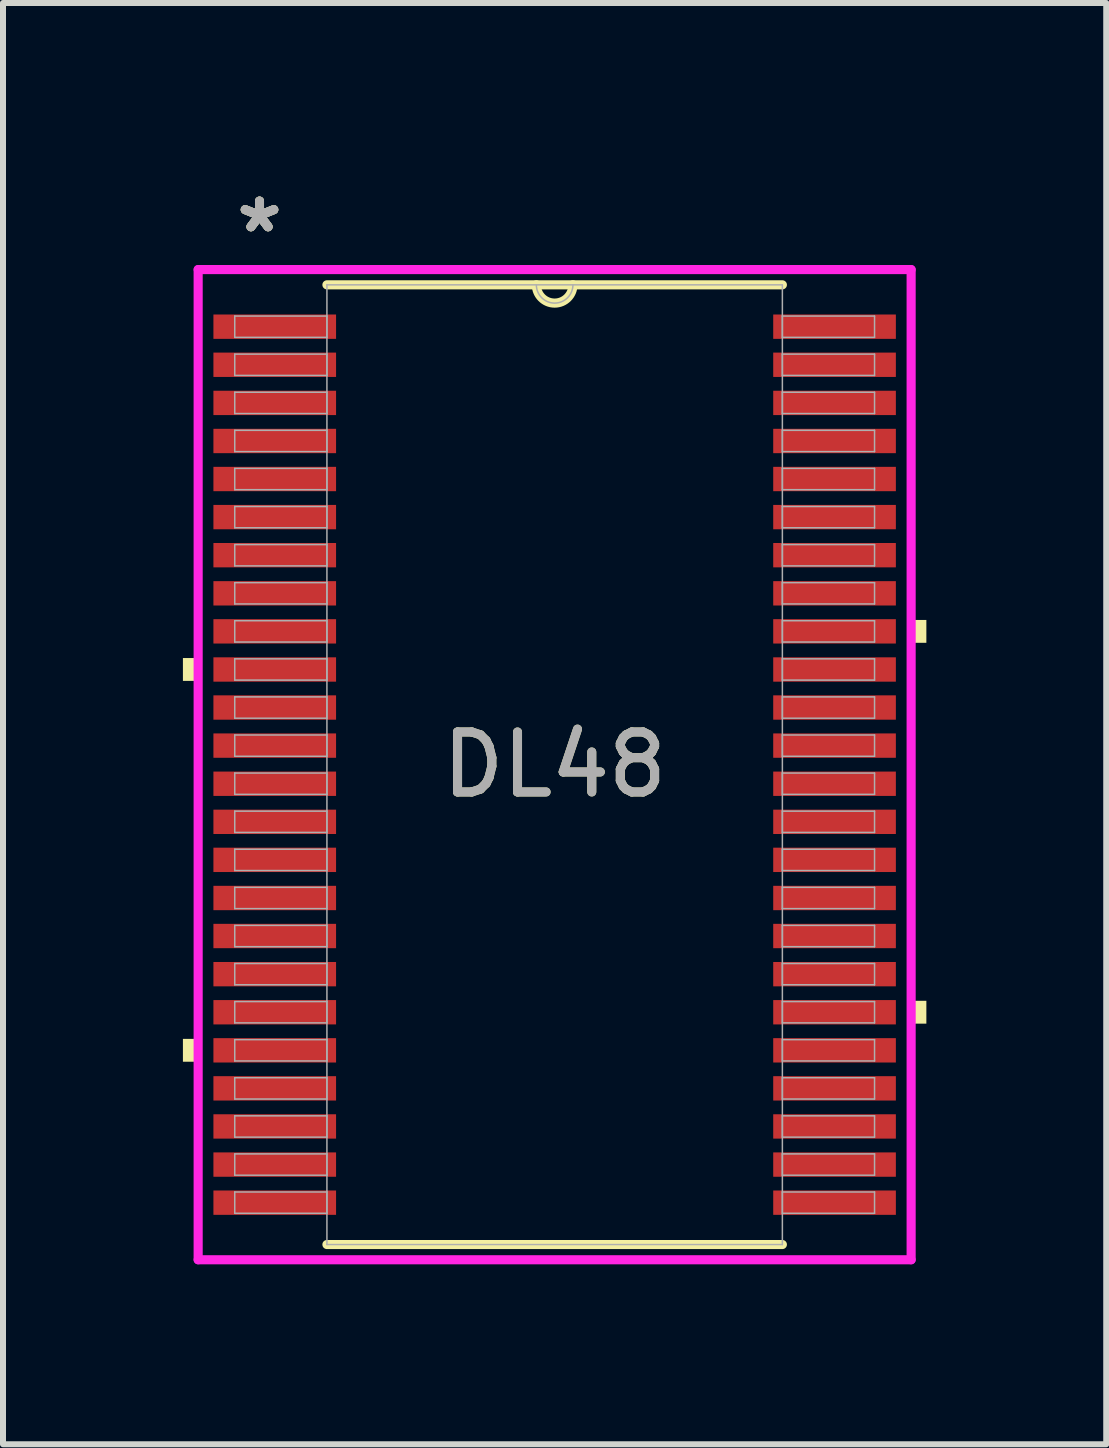
<source format=kicad_pcb>
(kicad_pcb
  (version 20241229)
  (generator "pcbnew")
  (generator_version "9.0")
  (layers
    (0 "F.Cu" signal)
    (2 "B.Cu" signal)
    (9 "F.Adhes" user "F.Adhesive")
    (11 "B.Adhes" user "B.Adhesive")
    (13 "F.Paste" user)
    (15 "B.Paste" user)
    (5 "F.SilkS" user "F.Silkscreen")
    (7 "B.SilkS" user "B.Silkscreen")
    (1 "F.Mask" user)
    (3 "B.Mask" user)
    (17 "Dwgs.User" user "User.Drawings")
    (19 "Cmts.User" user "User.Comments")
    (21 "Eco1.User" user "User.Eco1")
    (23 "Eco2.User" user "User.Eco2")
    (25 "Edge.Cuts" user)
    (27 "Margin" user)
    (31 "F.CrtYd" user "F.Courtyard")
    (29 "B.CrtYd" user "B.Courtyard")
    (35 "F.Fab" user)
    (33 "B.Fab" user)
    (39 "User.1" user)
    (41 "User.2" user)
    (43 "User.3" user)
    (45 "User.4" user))
  (footprint "DL48"
    (layer "F.Cu")
    (at 6.198 9.7)
    (property "Reference" "DL48" (at 0 0 0) (unlocked yes) (layer "F.SilkS") (effects (font (size 1 1) (thickness 0.15))))
    (attr smd)
    (fp_line (start -3.797 8.001) (end 3.797 8.001) (stroke (width 0.152) (type solid)) (layer "F.SilkS"))
    (fp_line (start 3.797 -8.001) (end -3.797 -8.001) (stroke (width 0.152) (type solid)) (layer "F.SilkS"))
    (fp_arc (start 0.3048 -8.001) (mid 0 -7.6962) (end -0.3048 -8.001) (stroke (width 0.1524) (type solid)) (layer "F.SilkS"))
    (fp_poly (pts (xy -6.198 -1.778) (xy -6.198 -1.397) (xy -5.944 -1.397) (xy -5.944 -1.778)) (stroke (width 0) (type solid)) (fill yes) (layer "F.SilkS"))
    (fp_poly (pts (xy -6.198 4.572) (xy -6.198 4.953) (xy -5.944 4.953) (xy -5.944 4.572)) (stroke (width 0) (type solid)) (fill yes) (layer "F.SilkS"))
    (fp_poly (pts (xy 6.198 -2.413) (xy 6.198 -2.032) (xy 5.944 -2.032) (xy 5.944 -2.413)) (stroke (width 0) (type solid)) (fill yes) (layer "F.SilkS"))
    (fp_poly (pts (xy 6.198 3.937) (xy 6.198 4.318) (xy 5.944 4.318) (xy 5.944 3.937)) (stroke (width 0) (type solid)) (fill yes) (layer "F.SilkS"))
    (fp_line (start -5.944 -8.255) (end 5.944 -8.255) (stroke (width 0.152) (type solid)) (layer "F.CrtYd"))
    (fp_line (start -5.944 8.255) (end -5.944 -8.255) (stroke (width 0.152) (type solid)) (layer "F.CrtYd"))
    (fp_line (start 5.944 -8.255) (end 5.944 8.255) (stroke (width 0.152) (type solid)) (layer "F.CrtYd"))
    (fp_line (start 5.944 8.255) (end -5.944 8.255) (stroke (width 0.152) (type solid)) (layer "F.CrtYd"))
    (fp_line (start -5.334 -7.48) (end -5.334 -7.125) (stroke (width 0.025) (type solid)) (layer "F.Fab"))
    (fp_line (start -5.334 -7.125) (end -3.797 -7.125) (stroke (width 0.025) (type solid)) (layer "F.Fab"))
    (fp_line (start -5.334 -6.845) (end -5.334 -6.49) (stroke (width 0.025) (type solid)) (layer "F.Fab"))
    (fp_line (start -5.334 -6.49) (end -3.797 -6.49) (stroke (width 0.025) (type solid)) (layer "F.Fab"))
    (fp_line (start -5.334 -6.21) (end -5.334 -5.855) (stroke (width 0.025) (type solid)) (layer "F.Fab"))
    (fp_line (start -5.334 -5.855) (end -3.797 -5.855) (stroke (width 0.025) (type solid)) (layer "F.Fab"))
    (fp_line (start -5.334 -5.575) (end -5.334 -5.22) (stroke (width 0.025) (type solid)) (layer "F.Fab"))
    (fp_line (start -5.334 -5.22) (end -3.797 -5.22) (stroke (width 0.025) (type solid)) (layer "F.Fab"))
    (fp_line (start -5.334 -4.94) (end -5.334 -4.585) (stroke (width 0.025) (type solid)) (layer "F.Fab"))
    (fp_line (start -5.334 -4.585) (end -3.797 -4.585) (stroke (width 0.025) (type solid)) (layer "F.Fab"))
    (fp_line (start -5.334 -4.305) (end -5.334 -3.95) (stroke (width 0.025) (type solid)) (layer "F.Fab"))
    (fp_line (start -5.334 -3.95) (end -3.797 -3.95) (stroke (width 0.025) (type solid)) (layer "F.Fab"))
    (fp_line (start -5.334 -3.67) (end -5.334 -3.315) (stroke (width 0.025) (type solid)) (layer "F.Fab"))
    (fp_line (start -5.334 -3.315) (end -3.797 -3.315) (stroke (width 0.025) (type solid)) (layer "F.Fab"))
    (fp_line (start -5.334 -3.035) (end -5.334 -2.68) (stroke (width 0.025) (type solid)) (layer "F.Fab"))
    (fp_line (start -5.334 -2.68) (end -3.797 -2.68) (stroke (width 0.025) (type solid)) (layer "F.Fab"))
    (fp_line (start -5.334 -2.4) (end -5.334 -2.045) (stroke (width 0.025) (type solid)) (layer "F.Fab"))
    (fp_line (start -5.334 -2.045) (end -3.797 -2.045) (stroke (width 0.025) (type solid)) (layer "F.Fab"))
    (fp_line (start -5.334 -1.765) (end -5.334 -1.41) (stroke (width 0.025) (type solid)) (layer "F.Fab"))
    (fp_line (start -5.334 -1.41) (end -3.797 -1.41) (stroke (width 0.025) (type solid)) (layer "F.Fab"))
    (fp_line (start -5.334 -1.13) (end -5.334 -0.775) (stroke (width 0.025) (type solid)) (layer "F.Fab"))
    (fp_line (start -5.334 -0.775) (end -3.797 -0.775) (stroke (width 0.025) (type solid)) (layer "F.Fab"))
    (fp_line (start -5.334 -0.495) (end -5.334 -0.14) (stroke (width 0.025) (type solid)) (layer "F.Fab"))
    (fp_line (start -5.334 -0.14) (end -3.797 -0.14) (stroke (width 0.025) (type solid)) (layer "F.Fab"))
    (fp_line (start -5.334 0.14) (end -5.334 0.495) (stroke (width 0.025) (type solid)) (layer "F.Fab"))
    (fp_line (start -5.334 0.495) (end -3.797 0.495) (stroke (width 0.025) (type solid)) (layer "F.Fab"))
    (fp_line (start -5.334 0.775) (end -5.334 1.13) (stroke (width 0.025) (type solid)) (layer "F.Fab"))
    (fp_line (start -5.334 1.13) (end -3.797 1.13) (stroke (width 0.025) (type solid)) (layer "F.Fab"))
    (fp_line (start -5.334 1.41) (end -5.334 1.765) (stroke (width 0.025) (type solid)) (layer "F.Fab"))
    (fp_line (start -5.334 1.765) (end -3.797 1.765) (stroke (width 0.025) (type solid)) (layer "F.Fab"))
    (fp_line (start -5.334 2.045) (end -5.334 2.4) (stroke (width 0.025) (type solid)) (layer "F.Fab"))
    (fp_line (start -5.334 2.4) (end -3.797 2.4) (stroke (width 0.025) (type solid)) (layer "F.Fab"))
    (fp_line (start -5.334 2.68) (end -5.334 3.035) (stroke (width 0.025) (type solid)) (layer "F.Fab"))
    (fp_line (start -5.334 3.035) (end -3.797 3.035) (stroke (width 0.025) (type solid)) (layer "F.Fab"))
    (fp_line (start -5.334 3.315) (end -5.334 3.67) (stroke (width 0.025) (type solid)) (layer "F.Fab"))
    (fp_line (start -5.334 3.67) (end -3.797 3.67) (stroke (width 0.025) (type solid)) (layer "F.Fab"))
    (fp_line (start -5.334 3.95) (end -5.334 4.305) (stroke (width 0.025) (type solid)) (layer "F.Fab"))
    (fp_line (start -5.334 4.305) (end -3.797 4.305) (stroke (width 0.025) (type solid)) (layer "F.Fab"))
    (fp_line (start -5.334 4.585) (end -5.334 4.94) (stroke (width 0.025) (type solid)) (layer "F.Fab"))
    (fp_line (start -5.334 4.94) (end -3.797 4.94) (stroke (width 0.025) (type solid)) (layer "F.Fab"))
    (fp_line (start -5.334 5.22) (end -5.334 5.575) (stroke (width 0.025) (type solid)) (layer "F.Fab"))
    (fp_line (start -5.334 5.575) (end -3.797 5.575) (stroke (width 0.025) (type solid)) (layer "F.Fab"))
    (fp_line (start -5.334 5.855) (end -5.334 6.21) (stroke (width 0.025) (type solid)) (layer "F.Fab"))
    (fp_line (start -5.334 6.21) (end -3.797 6.21) (stroke (width 0.025) (type solid)) (layer "F.Fab"))
    (fp_line (start -5.334 6.49) (end -5.334 6.845) (stroke (width 0.025) (type solid)) (layer "F.Fab"))
    (fp_line (start -5.334 6.845) (end -3.797 6.845) (stroke (width 0.025) (type solid)) (layer "F.Fab"))
    (fp_line (start -5.334 7.125) (end -5.334 7.48) (stroke (width 0.025) (type solid)) (layer "F.Fab"))
    (fp_line (start -5.334 7.48) (end -3.797 7.48) (stroke (width 0.025) (type solid)) (layer "F.Fab"))
    (fp_line (start -3.797 -8.001) (end -3.797 8.001) (stroke (width 0.025) (type solid)) (layer "F.Fab"))
    (fp_line (start -3.797 -7.48) (end -5.334 -7.48) (stroke (width 0.025) (type solid)) (layer "F.Fab"))
    (fp_line (start -3.797 -7.125) (end -3.797 -7.48) (stroke (width 0.025) (type solid)) (layer "F.Fab"))
    (fp_line (start -3.797 -6.845) (end -5.334 -6.845) (stroke (width 0.025) (type solid)) (layer "F.Fab"))
    (fp_line (start -3.797 -6.49) (end -3.797 -6.845) (stroke (width 0.025) (type solid)) (layer "F.Fab"))
    (fp_line (start -3.797 -6.21) (end -5.334 -6.21) (stroke (width 0.025) (type solid)) (layer "F.Fab"))
    (fp_line (start -3.797 -5.855) (end -3.797 -6.21) (stroke (width 0.025) (type solid)) (layer "F.Fab"))
    (fp_line (start -3.797 -5.575) (end -5.334 -5.575) (stroke (width 0.025) (type solid)) (layer "F.Fab"))
    (fp_line (start -3.797 -5.22) (end -3.797 -5.575) (stroke (width 0.025) (type solid)) (layer "F.Fab"))
    (fp_line (start -3.797 -4.94) (end -5.334 -4.94) (stroke (width 0.025) (type solid)) (layer "F.Fab"))
    (fp_line (start -3.797 -4.585) (end -3.797 -4.94) (stroke (width 0.025) (type solid)) (layer "F.Fab"))
    (fp_line (start -3.797 -4.305) (end -5.334 -4.305) (stroke (width 0.025) (type solid)) (layer "F.Fab"))
    (fp_line (start -3.797 -3.95) (end -3.797 -4.305) (stroke (width 0.025) (type solid)) (layer "F.Fab"))
    (fp_line (start -3.797 -3.67) (end -5.334 -3.67) (stroke (width 0.025) (type solid)) (layer "F.Fab"))
    (fp_line (start -3.797 -3.315) (end -3.797 -3.67) (stroke (width 0.025) (type solid)) (layer "F.Fab"))
    (fp_line (start -3.797 -3.035) (end -5.334 -3.035) (stroke (width 0.025) (type solid)) (layer "F.Fab"))
    (fp_line (start -3.797 -2.68) (end -3.797 -3.035) (stroke (width 0.025) (type solid)) (layer "F.Fab"))
    (fp_line (start -3.797 -2.4) (end -5.334 -2.4) (stroke (width 0.025) (type solid)) (layer "F.Fab"))
    (fp_line (start -3.797 -2.045) (end -3.797 -2.4) (stroke (width 0.025) (type solid)) (layer "F.Fab"))
    (fp_line (start -3.797 -1.765) (end -5.334 -1.765) (stroke (width 0.025) (type solid)) (layer "F.Fab"))
    (fp_line (start -3.797 -1.41) (end -3.797 -1.765) (stroke (width 0.025) (type solid)) (layer "F.Fab"))
    (fp_line (start -3.797 -1.13) (end -5.334 -1.13) (stroke (width 0.025) (type solid)) (layer "F.Fab"))
    (fp_line (start -3.797 -0.775) (end -3.797 -1.13) (stroke (width 0.025) (type solid)) (layer "F.Fab"))
    (fp_line (start -3.797 -0.495) (end -5.334 -0.495) (stroke (width 0.025) (type solid)) (layer "F.Fab"))
    (fp_line (start -3.797 -0.14) (end -3.797 -0.495) (stroke (width 0.025) (type solid)) (layer "F.Fab"))
    (fp_line (start -3.797 0.14) (end -5.334 0.14) (stroke (width 0.025) (type solid)) (layer "F.Fab"))
    (fp_line (start -3.797 0.495) (end -3.797 0.14) (stroke (width 0.025) (type solid)) (layer "F.Fab"))
    (fp_line (start -3.797 0.775) (end -5.334 0.775) (stroke (width 0.025) (type solid)) (layer "F.Fab"))
    (fp_line (start -3.797 1.13) (end -3.797 0.775) (stroke (width 0.025) (type solid)) (layer "F.Fab"))
    (fp_line (start -3.797 1.41) (end -5.334 1.41) (stroke (width 0.025) (type solid)) (layer "F.Fab"))
    (fp_line (start -3.797 1.765) (end -3.797 1.41) (stroke (width 0.025) (type solid)) (layer "F.Fab"))
    (fp_line (start -3.797 2.045) (end -5.334 2.045) (stroke (width 0.025) (type solid)) (layer "F.Fab"))
    (fp_line (start -3.797 2.4) (end -3.797 2.045) (stroke (width 0.025) (type solid)) (layer "F.Fab"))
    (fp_line (start -3.797 2.68) (end -5.334 2.68) (stroke (width 0.025) (type solid)) (layer "F.Fab"))
    (fp_line (start -3.797 3.035) (end -3.797 2.68) (stroke (width 0.025) (type solid)) (layer "F.Fab"))
    (fp_line (start -3.797 3.315) (end -5.334 3.315) (stroke (width 0.025) (type solid)) (layer "F.Fab"))
    (fp_line (start -3.797 3.67) (end -3.797 3.315) (stroke (width 0.025) (type solid)) (layer "F.Fab"))
    (fp_line (start -3.797 3.95) (end -5.334 3.95) (stroke (width 0.025) (type solid)) (layer "F.Fab"))
    (fp_line (start -3.797 4.305) (end -3.797 3.95) (stroke (width 0.025) (type solid)) (layer "F.Fab"))
    (fp_line (start -3.797 4.585) (end -5.334 4.585) (stroke (width 0.025) (type solid)) (layer "F.Fab"))
    (fp_line (start -3.797 4.94) (end -3.797 4.585) (stroke (width 0.025) (type solid)) (layer "F.Fab"))
    (fp_line (start -3.797 5.22) (end -5.334 5.22) (stroke (width 0.025) (type solid)) (layer "F.Fab"))
    (fp_line (start -3.797 5.575) (end -3.797 5.22) (stroke (width 0.025) (type solid)) (layer "F.Fab"))
    (fp_line (start -3.797 5.855) (end -5.334 5.855) (stroke (width 0.025) (type solid)) (layer "F.Fab"))
    (fp_line (start -3.797 6.21) (end -3.797 5.855) (stroke (width 0.025) (type solid)) (layer "F.Fab"))
    (fp_line (start -3.797 6.49) (end -5.334 6.49) (stroke (width 0.025) (type solid)) (layer "F.Fab"))
    (fp_line (start -3.797 6.845) (end -3.797 6.49) (stroke (width 0.025) (type solid)) (layer "F.Fab"))
    (fp_line (start -3.797 7.125) (end -5.334 7.125) (stroke (width 0.025) (type solid)) (layer "F.Fab"))
    (fp_line (start -3.797 7.48) (end -3.797 7.125) (stroke (width 0.025) (type solid)) (layer "F.Fab"))
    (fp_line (start -3.797 8.001) (end 3.797 8.001) (stroke (width 0.025) (type solid)) (layer "F.Fab"))
    (fp_line (start 3.797 -8.001) (end -3.797 -8.001) (stroke (width 0.025) (type solid)) (layer "F.Fab"))
    (fp_line (start 3.797 -7.48) (end 3.797 -7.125) (stroke (width 0.025) (type solid)) (layer "F.Fab"))
    (fp_line (start 3.797 -7.125) (end 5.334 -7.125) (stroke (width 0.025) (type solid)) (layer "F.Fab"))
    (fp_line (start 3.797 -6.845) (end 3.797 -6.49) (stroke (width 0.025) (type solid)) (layer "F.Fab"))
    (fp_line (start 3.797 -6.49) (end 5.334 -6.49) (stroke (width 0.025) (type solid)) (layer "F.Fab"))
    (fp_line (start 3.797 -6.21) (end 3.797 -5.855) (stroke (width 0.025) (type solid)) (layer "F.Fab"))
    (fp_line (start 3.797 -5.855) (end 5.334 -5.855) (stroke (width 0.025) (type solid)) (layer "F.Fab"))
    (fp_line (start 3.797 -5.575) (end 3.797 -5.22) (stroke (width 0.025) (type solid)) (layer "F.Fab"))
    (fp_line (start 3.797 -5.22) (end 5.334 -5.22) (stroke (width 0.025) (type solid)) (layer "F.Fab"))
    (fp_line (start 3.797 -4.94) (end 3.797 -4.585) (stroke (width 0.025) (type solid)) (layer "F.Fab"))
    (fp_line (start 3.797 -4.585) (end 5.334 -4.585) (stroke (width 0.025) (type solid)) (layer "F.Fab"))
    (fp_line (start 3.797 -4.305) (end 3.797 -3.95) (stroke (width 0.025) (type solid)) (layer "F.Fab"))
    (fp_line (start 3.797 -3.95) (end 5.334 -3.95) (stroke (width 0.025) (type solid)) (layer "F.Fab"))
    (fp_line (start 3.797 -3.67) (end 3.797 -3.315) (stroke (width 0.025) (type solid)) (layer "F.Fab"))
    (fp_line (start 3.797 -3.315) (end 5.334 -3.315) (stroke (width 0.025) (type solid)) (layer "F.Fab"))
    (fp_line (start 3.797 -3.035) (end 3.797 -2.68) (stroke (width 0.025) (type solid)) (layer "F.Fab"))
    (fp_line (start 3.797 -2.68) (end 5.334 -2.68) (stroke (width 0.025) (type solid)) (layer "F.Fab"))
    (fp_line (start 3.797 -2.4) (end 3.797 -2.045) (stroke (width 0.025) (type solid)) (layer "F.Fab"))
    (fp_line (start 3.797 -2.045) (end 5.334 -2.045) (stroke (width 0.025) (type solid)) (layer "F.Fab"))
    (fp_line (start 3.797 -1.765) (end 3.797 -1.41) (stroke (width 0.025) (type solid)) (layer "F.Fab"))
    (fp_line (start 3.797 -1.41) (end 5.334 -1.41) (stroke (width 0.025) (type solid)) (layer "F.Fab"))
    (fp_line (start 3.797 -1.13) (end 3.797 -0.775) (stroke (width 0.025) (type solid)) (layer "F.Fab"))
    (fp_line (start 3.797 -0.775) (end 5.334 -0.775) (stroke (width 0.025) (type solid)) (layer "F.Fab"))
    (fp_line (start 3.797 -0.495) (end 3.797 -0.14) (stroke (width 0.025) (type solid)) (layer "F.Fab"))
    (fp_line (start 3.797 -0.14) (end 5.334 -0.14) (stroke (width 0.025) (type solid)) (layer "F.Fab"))
    (fp_line (start 3.797 0.14) (end 3.797 0.495) (stroke (width 0.025) (type solid)) (layer "F.Fab"))
    (fp_line (start 3.797 0.495) (end 5.334 0.495) (stroke (width 0.025) (type solid)) (layer "F.Fab"))
    (fp_line (start 3.797 0.775) (end 3.797 1.13) (stroke (width 0.025) (type solid)) (layer "F.Fab"))
    (fp_line (start 3.797 1.13) (end 5.334 1.13) (stroke (width 0.025) (type solid)) (layer "F.Fab"))
    (fp_line (start 3.797 1.41) (end 3.797 1.765) (stroke (width 0.025) (type solid)) (layer "F.Fab"))
    (fp_line (start 3.797 1.765) (end 5.334 1.765) (stroke (width 0.025) (type solid)) (layer "F.Fab"))
    (fp_line (start 3.797 2.045) (end 3.797 2.4) (stroke (width 0.025) (type solid)) (layer "F.Fab"))
    (fp_line (start 3.797 2.4) (end 5.334 2.4) (stroke (width 0.025) (type solid)) (layer "F.Fab"))
    (fp_line (start 3.797 2.68) (end 3.797 3.035) (stroke (width 0.025) (type solid)) (layer "F.Fab"))
    (fp_line (start 3.797 3.035) (end 5.334 3.035) (stroke (width 0.025) (type solid)) (layer "F.Fab"))
    (fp_line (start 3.797 3.315) (end 3.797 3.67) (stroke (width 0.025) (type solid)) (layer "F.Fab"))
    (fp_line (start 3.797 3.67) (end 5.334 3.67) (stroke (width 0.025) (type solid)) (layer "F.Fab"))
    (fp_line (start 3.797 3.95) (end 3.797 4.305) (stroke (width 0.025) (type solid)) (layer "F.Fab"))
    (fp_line (start 3.797 4.305) (end 5.334 4.305) (stroke (width 0.025) (type solid)) (layer "F.Fab"))
    (fp_line (start 3.797 4.585) (end 3.797 4.94) (stroke (width 0.025) (type solid)) (layer "F.Fab"))
    (fp_line (start 3.797 4.94) (end 5.334 4.94) (stroke (width 0.025) (type solid)) (layer "F.Fab"))
    (fp_line (start 3.797 5.22) (end 3.797 5.575) (stroke (width 0.025) (type solid)) (layer "F.Fab"))
    (fp_line (start 3.797 5.575) (end 5.334 5.575) (stroke (width 0.025) (type solid)) (layer "F.Fab"))
    (fp_line (start 3.797 5.855) (end 3.797 6.21) (stroke (width 0.025) (type solid)) (layer "F.Fab"))
    (fp_line (start 3.797 6.21) (end 5.334 6.21) (stroke (width 0.025) (type solid)) (layer "F.Fab"))
    (fp_line (start 3.797 6.49) (end 3.797 6.845) (stroke (width 0.025) (type solid)) (layer "F.Fab"))
    (fp_line (start 3.797 6.845) (end 5.334 6.845) (stroke (width 0.025) (type solid)) (layer "F.Fab"))
    (fp_line (start 3.797 7.125) (end 3.797 7.48) (stroke (width 0.025) (type solid)) (layer "F.Fab"))
    (fp_line (start 3.797 7.48) (end 5.334 7.48) (stroke (width 0.025) (type solid)) (layer "F.Fab"))
    (fp_line (start 3.797 8.001) (end 3.797 -8.001) (stroke (width 0.025) (type solid)) (layer "F.Fab"))
    (fp_line (start 5.334 -7.48) (end 3.797 -7.48) (stroke (width 0.025) (type solid)) (layer "F.Fab"))
    (fp_line (start 5.334 -7.125) (end 5.334 -7.48) (stroke (width 0.025) (type solid)) (layer "F.Fab"))
    (fp_line (start 5.334 -6.845) (end 3.797 -6.845) (stroke (width 0.025) (type solid)) (layer "F.Fab"))
    (fp_line (start 5.334 -6.49) (end 5.334 -6.845) (stroke (width 0.025) (type solid)) (layer "F.Fab"))
    (fp_line (start 5.334 -6.21) (end 3.797 -6.21) (stroke (width 0.025) (type solid)) (layer "F.Fab"))
    (fp_line (start 5.334 -5.855) (end 5.334 -6.21) (stroke (width 0.025) (type solid)) (layer "F.Fab"))
    (fp_line (start 5.334 -5.575) (end 3.797 -5.575) (stroke (width 0.025) (type solid)) (layer "F.Fab"))
    (fp_line (start 5.334 -5.22) (end 5.334 -5.575) (stroke (width 0.025) (type solid)) (layer "F.Fab"))
    (fp_line (start 5.334 -4.94) (end 3.797 -4.94) (stroke (width 0.025) (type solid)) (layer "F.Fab"))
    (fp_line (start 5.334 -4.585) (end 5.334 -4.94) (stroke (width 0.025) (type solid)) (layer "F.Fab"))
    (fp_line (start 5.334 -4.305) (end 3.797 -4.305) (stroke (width 0.025) (type solid)) (layer "F.Fab"))
    (fp_line (start 5.334 -3.95) (end 5.334 -4.305) (stroke (width 0.025) (type solid)) (layer "F.Fab"))
    (fp_line (start 5.334 -3.67) (end 3.797 -3.67) (stroke (width 0.025) (type solid)) (layer "F.Fab"))
    (fp_line (start 5.334 -3.315) (end 5.334 -3.67) (stroke (width 0.025) (type solid)) (layer "F.Fab"))
    (fp_line (start 5.334 -3.035) (end 3.797 -3.035) (stroke (width 0.025) (type solid)) (layer "F.Fab"))
    (fp_line (start 5.334 -2.68) (end 5.334 -3.035) (stroke (width 0.025) (type solid)) (layer "F.Fab"))
    (fp_line (start 5.334 -2.4) (end 3.797 -2.4) (stroke (width 0.025) (type solid)) (layer "F.Fab"))
    (fp_line (start 5.334 -2.045) (end 5.334 -2.4) (stroke (width 0.025) (type solid)) (layer "F.Fab"))
    (fp_line (start 5.334 -1.765) (end 3.797 -1.765) (stroke (width 0.025) (type solid)) (layer "F.Fab"))
    (fp_line (start 5.334 -1.41) (end 5.334 -1.765) (stroke (width 0.025) (type solid)) (layer "F.Fab"))
    (fp_line (start 5.334 -1.13) (end 3.797 -1.13) (stroke (width 0.025) (type solid)) (layer "F.Fab"))
    (fp_line (start 5.334 -0.775) (end 5.334 -1.13) (stroke (width 0.025) (type solid)) (layer "F.Fab"))
    (fp_line (start 5.334 -0.495) (end 3.797 -0.495) (stroke (width 0.025) (type solid)) (layer "F.Fab"))
    (fp_line (start 5.334 -0.14) (end 5.334 -0.495) (stroke (width 0.025) (type solid)) (layer "F.Fab"))
    (fp_line (start 5.334 0.14) (end 3.797 0.14) (stroke (width 0.025) (type solid)) (layer "F.Fab"))
    (fp_line (start 5.334 0.495) (end 5.334 0.14) (stroke (width 0.025) (type solid)) (layer "F.Fab"))
    (fp_line (start 5.334 0.775) (end 3.797 0.775) (stroke (width 0.025) (type solid)) (layer "F.Fab"))
    (fp_line (start 5.334 1.13) (end 5.334 0.775) (stroke (width 0.025) (type solid)) (layer "F.Fab"))
    (fp_line (start 5.334 1.41) (end 3.797 1.41) (stroke (width 0.025) (type solid)) (layer "F.Fab"))
    (fp_line (start 5.334 1.765) (end 5.334 1.41) (stroke (width 0.025) (type solid)) (layer "F.Fab"))
    (fp_line (start 5.334 2.045) (end 3.797 2.045) (stroke (width 0.025) (type solid)) (layer "F.Fab"))
    (fp_line (start 5.334 2.4) (end 5.334 2.045) (stroke (width 0.025) (type solid)) (layer "F.Fab"))
    (fp_line (start 5.334 2.68) (end 3.797 2.68) (stroke (width 0.025) (type solid)) (layer "F.Fab"))
    (fp_line (start 5.334 3.035) (end 5.334 2.68) (stroke (width 0.025) (type solid)) (layer "F.Fab"))
    (fp_line (start 5.334 3.315) (end 3.797 3.315) (stroke (width 0.025) (type solid)) (layer "F.Fab"))
    (fp_line (start 5.334 3.67) (end 5.334 3.315) (stroke (width 0.025) (type solid)) (layer "F.Fab"))
    (fp_line (start 5.334 3.95) (end 3.797 3.95) (stroke (width 0.025) (type solid)) (layer "F.Fab"))
    (fp_line (start 5.334 4.305) (end 5.334 3.95) (stroke (width 0.025) (type solid)) (layer "F.Fab"))
    (fp_line (start 5.334 4.585) (end 3.797 4.585) (stroke (width 0.025) (type solid)) (layer "F.Fab"))
    (fp_line (start 5.334 4.94) (end 5.334 4.585) (stroke (width 0.025) (type solid)) (layer "F.Fab"))
    (fp_line (start 5.334 5.22) (end 3.797 5.22) (stroke (width 0.025) (type solid)) (layer "F.Fab"))
    (fp_line (start 5.334 5.575) (end 5.334 5.22) (stroke (width 0.025) (type solid)) (layer "F.Fab"))
    (fp_line (start 5.334 5.855) (end 3.797 5.855) (stroke (width 0.025) (type solid)) (layer "F.Fab"))
    (fp_line (start 5.334 6.21) (end 5.334 5.855) (stroke (width 0.025) (type solid)) (layer "F.Fab"))
    (fp_line (start 5.334 6.49) (end 3.797 6.49) (stroke (width 0.025) (type solid)) (layer "F.Fab"))
    (fp_line (start 5.334 6.845) (end 5.334 6.49) (stroke (width 0.025) (type solid)) (layer "F.Fab"))
    (fp_line (start 5.334 7.125) (end 3.797 7.125) (stroke (width 0.025) (type solid)) (layer "F.Fab"))
    (fp_line (start 5.334 7.48) (end 5.334 7.125) (stroke (width 0.025) (type solid)) (layer "F.Fab"))
    (fp_arc (start 0.3048 -8.001) (mid 0 -7.6962) (end -0.3048 -8.001) (stroke (width 0.0254) (type solid)) (layer "F.Fab"))
    (fp_text user "*" (at -4.921 -8.852 0) (unlocked yes) (layer "F.SilkS") (effects (font (size 1 1) (thickness 0.15))))
    (fp_text user "*" (at -4.921 -8.852 0) (layer "F.SilkS") (effects (font (size 1 1) (thickness 0.15))))
    (fp_text user "${REFERENCE}" (at 0 0 0) (unlocked yes) (layer "F.Fab") (effects (font (size 1 1) (thickness 0.15))))
    (fp_text user "*" (at -4.921 -8.852 0) (layer "F.Fab") (effects (font (size 1 1) (thickness 0.15))))
    (fp_text user "*" (at -4.921 -8.852 0) (unlocked yes) (layer "F.Fab") (effects (font (size 1 1) (thickness 0.15))))
    (pad "1" smd rect (at -4.667 -7.303) (size 2.045 0.406) (layers "F.Cu" "F.Mask" "F.Paste"))
    (pad "2" smd rect (at -4.667 -6.668) (size 2.045 0.406) (layers "F.Cu" "F.Mask" "F.Paste"))
    (pad "3" smd rect (at -4.667 -6.032) (size 2.045 0.406) (layers "F.Cu" "F.Mask" "F.Paste"))
    (pad "4" smd rect (at -4.667 -5.397) (size 2.045 0.406) (layers "F.Cu" "F.Mask" "F.Paste"))
    (pad "5" smd rect (at -4.667 -4.763) (size 2.045 0.406) (layers "F.Cu" "F.Mask" "F.Paste"))
    (pad "6" smd rect (at -4.667 -4.128) (size 2.045 0.406) (layers "F.Cu" "F.Mask" "F.Paste"))
    (pad "7" smd rect (at -4.667 -3.493) (size 2.045 0.406) (layers "F.Cu" "F.Mask" "F.Paste"))
    (pad "8" smd rect (at -4.667 -2.857) (size 2.045 0.406) (layers "F.Cu" "F.Mask" "F.Paste"))
    (pad "9" smd rect (at -4.667 -2.223) (size 2.045 0.406) (layers "F.Cu" "F.Mask" "F.Paste"))
    (pad "10" smd rect (at -4.667 -1.587) (size 2.045 0.406) (layers "F.Cu" "F.Mask" "F.Paste"))
    (pad "11" smd rect (at -4.667 -0.953) (size 2.045 0.406) (layers "F.Cu" "F.Mask" "F.Paste"))
    (pad "12" smd rect (at -4.667 -0.318) (size 2.045 0.406) (layers "F.Cu" "F.Mask" "F.Paste"))
    (pad "13" smd rect (at -4.667 0.318) (size 2.045 0.406) (layers "F.Cu" "F.Mask" "F.Paste"))
    (pad "14" smd rect (at -4.667 0.953) (size 2.045 0.406) (layers "F.Cu" "F.Mask" "F.Paste"))
    (pad "15" smd rect (at -4.667 1.587) (size 2.045 0.406) (layers "F.Cu" "F.Mask" "F.Paste"))
    (pad "16" smd rect (at -4.667 2.223) (size 2.045 0.406) (layers "F.Cu" "F.Mask" "F.Paste"))
    (pad "17" smd rect (at -4.667 2.857) (size 2.045 0.406) (layers "F.Cu" "F.Mask" "F.Paste"))
    (pad "18" smd rect (at -4.667 3.493) (size 2.045 0.406) (layers "F.Cu" "F.Mask" "F.Paste"))
    (pad "19" smd rect (at -4.667 4.128) (size 2.045 0.406) (layers "F.Cu" "F.Mask" "F.Paste"))
    (pad "20" smd rect (at -4.667 4.763) (size 2.045 0.406) (layers "F.Cu" "F.Mask" "F.Paste"))
    (pad "21" smd rect (at -4.667 5.397) (size 2.045 0.406) (layers "F.Cu" "F.Mask" "F.Paste"))
    (pad "22" smd rect (at -4.667 6.032) (size 2.045 0.406) (layers "F.Cu" "F.Mask" "F.Paste"))
    (pad "23" smd rect (at -4.667 6.668) (size 2.045 0.406) (layers "F.Cu" "F.Mask" "F.Paste"))
    (pad "24" smd rect (at -4.667 7.303) (size 2.045 0.406) (layers "F.Cu" "F.Mask" "F.Paste"))
    (pad "25" smd rect (at 4.667 7.303) (size 2.045 0.406) (layers "F.Cu" "F.Mask" "F.Paste"))
    (pad "26" smd rect (at 4.667 6.668) (size 2.045 0.406) (layers "F.Cu" "F.Mask" "F.Paste"))
    (pad "27" smd rect (at 4.667 6.032) (size 2.045 0.406) (layers "F.Cu" "F.Mask" "F.Paste"))
    (pad "28" smd rect (at 4.667 5.397) (size 2.045 0.406) (layers "F.Cu" "F.Mask" "F.Paste"))
    (pad "29" smd rect (at 4.667 4.763) (size 2.045 0.406) (layers "F.Cu" "F.Mask" "F.Paste"))
    (pad "30" smd rect (at 4.667 4.128) (size 2.045 0.406) (layers "F.Cu" "F.Mask" "F.Paste"))
    (pad "31" smd rect (at 4.667 3.493) (size 2.045 0.406) (layers "F.Cu" "F.Mask" "F.Paste"))
    (pad "32" smd rect (at 4.667 2.857) (size 2.045 0.406) (layers "F.Cu" "F.Mask" "F.Paste"))
    (pad "33" smd rect (at 4.667 2.223) (size 2.045 0.406) (layers "F.Cu" "F.Mask" "F.Paste"))
    (pad "34" smd rect (at 4.667 1.587) (size 2.045 0.406) (layers "F.Cu" "F.Mask" "F.Paste"))
    (pad "35" smd rect (at 4.667 0.953) (size 2.045 0.406) (layers "F.Cu" "F.Mask" "F.Paste"))
    (pad "36" smd rect (at 4.667 0.318) (size 2.045 0.406) (layers "F.Cu" "F.Mask" "F.Paste"))
    (pad "37" smd rect (at 4.667 -0.318) (size 2.045 0.406) (layers "F.Cu" "F.Mask" "F.Paste"))
    (pad "38" smd rect (at 4.667 -0.953) (size 2.045 0.406) (layers "F.Cu" "F.Mask" "F.Paste"))
    (pad "39" smd rect (at 4.667 -1.587) (size 2.045 0.406) (layers "F.Cu" "F.Mask" "F.Paste"))
    (pad "40" smd rect (at 4.667 -2.223) (size 2.045 0.406) (layers "F.Cu" "F.Mask" "F.Paste"))
    (pad "41" smd rect (at 4.667 -2.857) (size 2.045 0.406) (layers "F.Cu" "F.Mask" "F.Paste"))
    (pad "42" smd rect (at 4.667 -3.493) (size 2.045 0.406) (layers "F.Cu" "F.Mask" "F.Paste"))
    (pad "43" smd rect (at 4.667 -4.128) (size 2.045 0.406) (layers "F.Cu" "F.Mask" "F.Paste"))
    (pad "44" smd rect (at 4.667 -4.763) (size 2.045 0.406) (layers "F.Cu" "F.Mask" "F.Paste"))
    (pad "45" smd rect (at 4.667 -5.397) (size 2.045 0.406) (layers "F.Cu" "F.Mask" "F.Paste"))
    (pad "46" smd rect (at 4.667 -6.032) (size 2.045 0.406) (layers "F.Cu" "F.Mask" "F.Paste"))
    (pad "47" smd rect (at 4.667 -6.668) (size 2.045 0.406) (layers "F.Cu" "F.Mask" "F.Paste"))
    (pad "48" smd rect (at 4.667 -7.303) (size 2.045 0.406) (layers "F.Cu" "F.Mask" "F.Paste")))
  (gr_rect
    (start -3 -3)
    (end 15.395 21.031)
    (stroke (width 0.1) (type default))
    (fill no)
    (layer "Edge.Cuts")))
</source>
